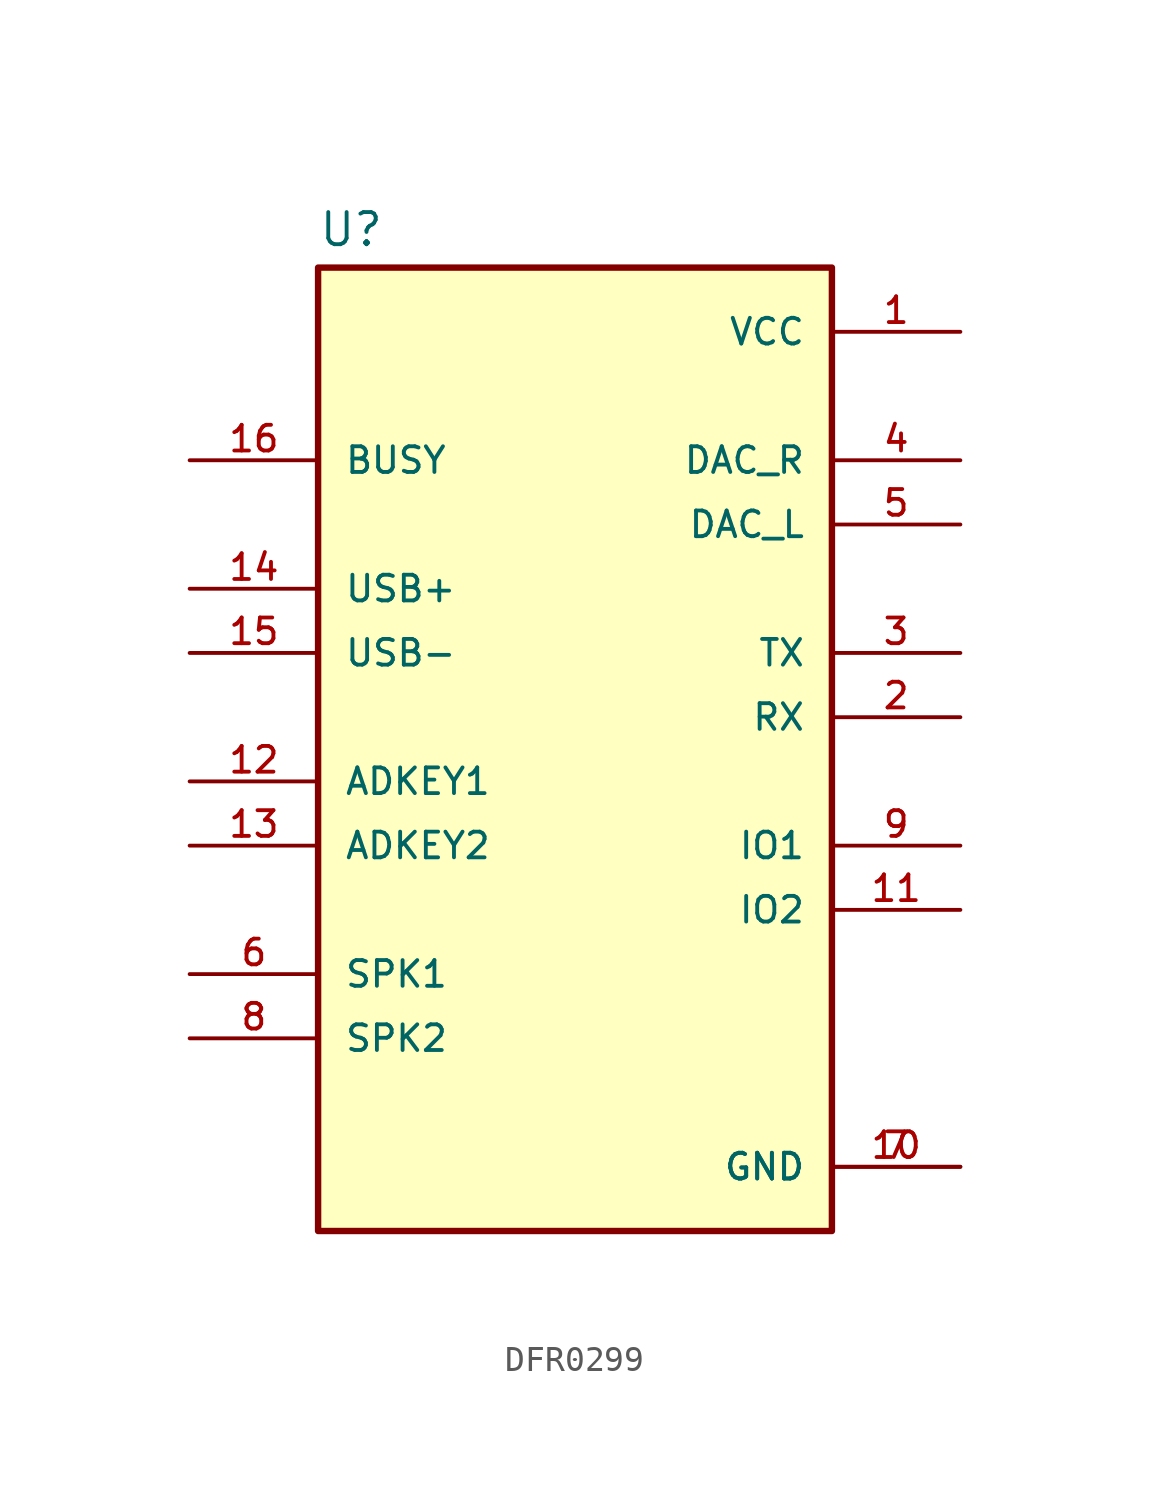
<source format=kicad_sym>
(kicad_symbol_lib
  (version 20220914)
  (generator kicad_symbol_editor)
  (symbol "DFR0299"
    (pin_names
      (offset 1.016))
    (property "Reference" "U"
      (at -10.16 18.542 0)
      (effects (font (size 1.27 1.27)) (justify left bottom)))
    (symbol "DFR0299_0_0"
      (rectangle (start -10.16 -20.32) (end 10.16 17.78) (stroke (width 0.254) (type default)) (fill (type background)))
      (pin power_in line (at 15.24 15.24 180) (length 5.08) (name "VCC" (effects (font (size 1.016 1.016)))) (number "1" (effects (font (size 1.016 1.016)))))
      (pin power_in line (at 15.24 -17.78 180) (length 5.08) (name "GND" (effects (font (size 1.016 1.016)))) (number "10" (effects (font (size 1.016 1.016)))))
      (pin bidirectional line (at 15.24 -7.62 180) (length 5.08) (name "IO2" (effects (font (size 1.016 1.016)))) (number "11" (effects (font (size 1.016 1.016)))))
      (pin input line (at -15.24 -2.54 0) (length 5.08) (name "ADKEY1" (effects (font (size 1.016 1.016)))) (number "12" (effects (font (size 1.016 1.016)))))
      (pin input line (at -15.24 -5.08 0) (length 5.08) (name "ADKEY2" (effects (font (size 1.016 1.016)))) (number "13" (effects (font (size 1.016 1.016)))))
      (pin input line (at -15.24 5.08 0) (length 5.08) (name "USB+" (effects (font (size 1.016 1.016)))) (number "14" (effects (font (size 1.016 1.016)))))
      (pin input line (at -15.24 2.54 0) (length 5.08) (name "USB-" (effects (font (size 1.016 1.016)))) (number "15" (effects (font (size 1.016 1.016)))))
      (pin input line (at -15.24 10.16 0) (length 5.08) (name "BUSY" (effects (font (size 1.016 1.016)))) (number "16" (effects (font (size 1.016 1.016)))))
      (pin input line (at 15.24 0 180) (length 5.08) (name "RX" (effects (font (size 1.016 1.016)))) (number "2" (effects (font (size 1.016 1.016)))))
      (pin output line (at 15.24 2.54 180) (length 5.08) (name "TX" (effects (font (size 1.016 1.016)))) (number "3" (effects (font (size 1.016 1.016)))))
      (pin output line (at 15.24 10.16 180) (length 5.08) (name "DAC_R" (effects (font (size 1.016 1.016)))) (number "4" (effects (font (size 1.016 1.016)))))
      (pin output line (at 15.24 7.62 180) (length 5.08) (name "DAC_L" (effects (font (size 1.016 1.016)))) (number "5" (effects (font (size 1.016 1.016)))))
      (pin passive line (at -15.24 -10.16 0) (length 5.08) (name "SPK1" (effects (font (size 1.016 1.016)))) (number "6" (effects (font (size 1.016 1.016)))))
      (pin power_in line (at 15.24 -17.78 180) (length 5.08) (name "GND" (effects (font (size 1.016 1.016)))) (number "7" (effects (font (size 1.016 1.016)))))
      (pin passive line (at -15.24 -12.7 0) (length 5.08) (name "SPK2" (effects (font (size 1.016 1.016)))) (number "8" (effects (font (size 1.016 1.016)))))
      (pin bidirectional line (at 15.24 -5.08 180) (length 5.08) (name "IO1" (effects (font (size 1.016 1.016)))) (number "9" (effects (font (size 1.016 1.016))))))))
</source>
